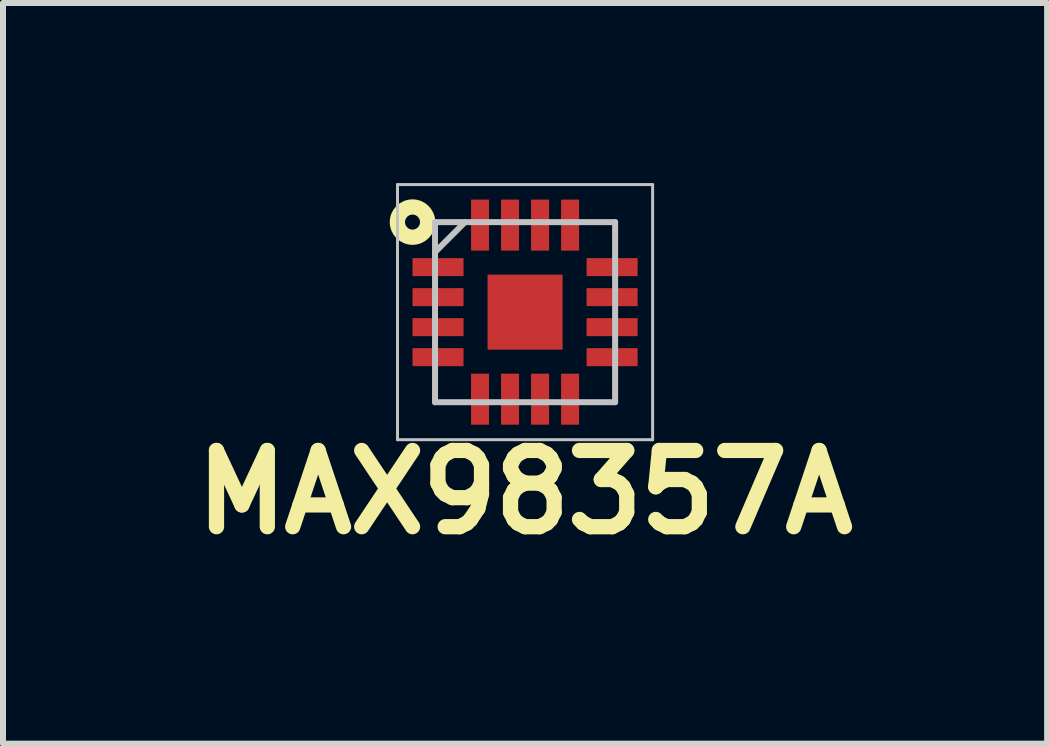
<source format=kicad_pcb>
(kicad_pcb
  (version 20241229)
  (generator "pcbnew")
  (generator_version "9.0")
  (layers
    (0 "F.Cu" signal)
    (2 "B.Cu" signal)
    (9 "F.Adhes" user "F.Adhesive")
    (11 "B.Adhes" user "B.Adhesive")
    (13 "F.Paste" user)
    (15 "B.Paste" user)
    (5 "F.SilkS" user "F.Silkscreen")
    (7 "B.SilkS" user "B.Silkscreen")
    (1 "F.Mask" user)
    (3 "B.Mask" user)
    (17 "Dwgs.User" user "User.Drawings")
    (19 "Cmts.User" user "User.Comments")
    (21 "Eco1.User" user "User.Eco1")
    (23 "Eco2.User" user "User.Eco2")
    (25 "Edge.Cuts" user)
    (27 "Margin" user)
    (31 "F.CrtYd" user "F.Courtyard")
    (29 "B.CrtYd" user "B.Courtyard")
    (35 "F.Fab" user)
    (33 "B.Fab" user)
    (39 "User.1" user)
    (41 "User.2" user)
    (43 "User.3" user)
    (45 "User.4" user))
  (footprint "MAX98357A"
    (layer "F.Cu")
    (at 5.697 2.15)
    (property "Reference" "MAX98357A" (at 0 3 0) (layer "F.SilkS") (effects (font (size 1.27 1.27) (thickness 0.254))))
    (attr smd)
    (fp_circle (center -1.875 -1.5) (end -1.75 -1.5) (stroke (width 0.254) (type solid)) (fill no) (layer "F.SilkS"))
    (fp_line (start -2.125 -2.125) (end 2.125 -2.125) (stroke (width 0.05) (type solid)) (layer "Dwgs.User"))
    (fp_line (start -2.125 2.125) (end -2.125 -2.125) (stroke (width 0.05) (type solid)) (layer "Dwgs.User"))
    (fp_line (start -1.5 -1.5) (end 1.5 -1.5) (stroke (width 0.1) (type solid)) (layer "Dwgs.User"))
    (fp_line (start -1.5 -1) (end -1 -1.5) (stroke (width 0.1) (type solid)) (layer "Dwgs.User"))
    (fp_line (start -1.5 1.5) (end -1.5 -1.5) (stroke (width 0.1) (type solid)) (layer "Dwgs.User"))
    (fp_line (start 1.5 -1.5) (end 1.5 1.5) (stroke (width 0.1) (type solid)) (layer "Dwgs.User"))
    (fp_line (start 1.5 1.5) (end -1.5 1.5) (stroke (width 0.1) (type solid)) (layer "Dwgs.User"))
    (fp_line (start 2.125 -2.125) (end 2.125 2.125) (stroke (width 0.05) (type solid)) (layer "Dwgs.User"))
    (fp_line (start 2.125 2.125) (end -2.125 2.125) (stroke (width 0.05) (type solid)) (layer "Dwgs.User"))
    (pad "1" smd rect (at -1.45 -0.75 90) (size 0.3 0.85) (layers "F.Cu" "F.Mask" "F.Paste"))
    (pad "2" smd rect (at -1.45 -0.25 90) (size 0.3 0.85) (layers "F.Cu" "F.Mask" "F.Paste"))
    (pad "3" smd rect (at -1.45 0.25 90) (size 0.3 0.85) (layers "F.Cu" "F.Mask" "F.Paste"))
    (pad "4" smd rect (at -1.45 0.75 90) (size 0.3 0.85) (layers "F.Cu" "F.Mask" "F.Paste"))
    (pad "5" smd rect (at -0.75 1.45) (size 0.3 0.85) (layers "F.Cu" "F.Mask" "F.Paste"))
    (pad "6" smd rect (at -0.25 1.45) (size 0.3 0.85) (layers "F.Cu" "F.Mask" "F.Paste"))
    (pad "7" smd rect (at 0.25 1.45) (size 0.3 0.85) (layers "F.Cu" "F.Mask" "F.Paste"))
    (pad "8" smd rect (at 0.75 1.45) (size 0.3 0.85) (layers "F.Cu" "F.Mask" "F.Paste"))
    (pad "9" smd rect (at 1.45 0.75 90) (size 0.3 0.85) (layers "F.Cu" "F.Mask" "F.Paste"))
    (pad "10" smd rect (at 1.45 0.25 90) (size 0.3 0.85) (layers "F.Cu" "F.Mask" "F.Paste"))
    (pad "11" smd rect (at 1.45 -0.25 90) (size 0.3 0.85) (layers "F.Cu" "F.Mask" "F.Paste"))
    (pad "12" smd rect (at 1.45 -0.75 90) (size 0.3 0.85) (layers "F.Cu" "F.Mask" "F.Paste"))
    (pad "13" smd rect (at 0.75 -1.45) (size 0.3 0.85) (layers "F.Cu" "F.Mask" "F.Paste"))
    (pad "14" smd rect (at 0.25 -1.45) (size 0.3 0.85) (layers "F.Cu" "F.Mask" "F.Paste"))
    (pad "15" smd rect (at -0.25 -1.45) (size 0.3 0.85) (layers "F.Cu" "F.Mask" "F.Paste"))
    (pad "16" smd rect (at -0.75 -1.45) (size 0.3 0.85) (layers "F.Cu" "F.Mask" "F.Paste"))
    (pad "17" smd rect (at 0 0) (size 1.25 1.25) (layers "F.Cu" "F.Mask" "F.Paste")))
  (gr_rect
    (start -3 -3)
    (end 14.394 9.339)
    (stroke (width 0.1) (type default))
    (fill no)
    (layer "Edge.Cuts")))
</source>
